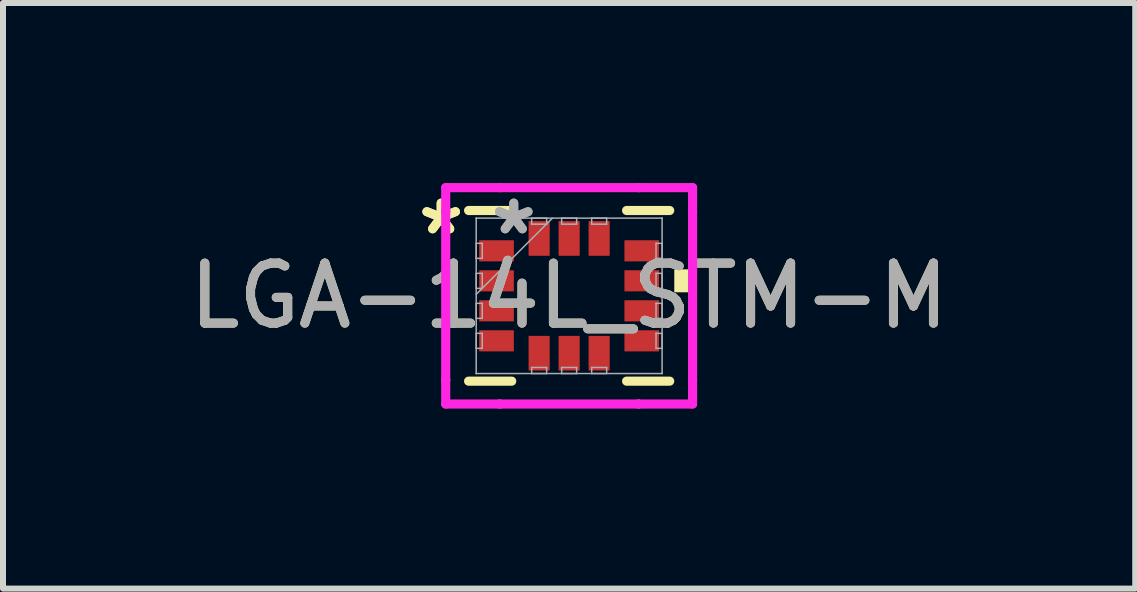
<source format=kicad_pcb>
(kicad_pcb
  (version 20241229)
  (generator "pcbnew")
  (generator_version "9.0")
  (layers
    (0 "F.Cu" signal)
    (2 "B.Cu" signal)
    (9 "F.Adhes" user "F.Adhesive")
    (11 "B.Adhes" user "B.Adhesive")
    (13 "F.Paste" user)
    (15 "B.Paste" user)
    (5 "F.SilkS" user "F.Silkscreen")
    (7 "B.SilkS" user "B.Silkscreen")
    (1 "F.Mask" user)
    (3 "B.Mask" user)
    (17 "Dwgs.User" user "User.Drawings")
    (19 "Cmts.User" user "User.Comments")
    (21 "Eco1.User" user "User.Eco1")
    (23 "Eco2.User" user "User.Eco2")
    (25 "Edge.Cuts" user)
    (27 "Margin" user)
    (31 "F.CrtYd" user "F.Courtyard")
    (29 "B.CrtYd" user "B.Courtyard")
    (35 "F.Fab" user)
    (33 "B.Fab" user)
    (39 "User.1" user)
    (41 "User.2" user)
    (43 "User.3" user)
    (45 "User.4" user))
  (footprint "LGA-14L_STM-M"
    (layer "F.Cu")
    (at 6.435 1.88)
    (property "Reference" "LGA-14L_STM-M" (at 0 0 0) (unlocked yes) (layer "F.SilkS") (effects (font (size 1 1) (thickness 0.15))))
    (attr smd)
    (fp_line (start -1.676 1.422) (end -0.957 1.422) (stroke (width 0.152) (type solid)) (layer "F.SilkS"))
    (fp_line (start -0.957 -1.422) (end -1.676 -1.422) (stroke (width 0.152) (type solid)) (layer "F.SilkS"))
    (fp_line (start 0.957 1.422) (end 1.676 1.422) (stroke (width 0.152) (type solid)) (layer "F.SilkS"))
    (fp_line (start 1.676 -1.422) (end 0.957 -1.422) (stroke (width 0.152) (type solid)) (layer "F.SilkS"))
    (fp_poly (pts (xy 2.006 -0.441) (xy 2.006 -0.059) (xy 1.752 -0.059) (xy 1.752 -0.441)) (stroke (width 0) (type solid)) (fill yes) (layer "F.SilkS"))
    (fp_line (start -2.057 -1.803) (end -1.158 -1.803) (stroke (width 0.152) (type solid)) (layer "F.CrtYd"))
    (fp_line (start -2.057 -1.408) (end -2.057 -1.803) (stroke (width 0.152) (type solid)) (layer "F.CrtYd"))
    (fp_line (start -2.057 -1.408) (end -2.057 -1.408) (stroke (width 0.152) (type solid)) (layer "F.CrtYd"))
    (fp_line (start -2.057 1.408) (end -2.057 -1.408) (stroke (width 0.152) (type solid)) (layer "F.CrtYd"))
    (fp_line (start -2.057 1.408) (end -2.057 1.408) (stroke (width 0.152) (type solid)) (layer "F.CrtYd"))
    (fp_line (start -2.057 1.803) (end -2.057 1.408) (stroke (width 0.152) (type solid)) (layer "F.CrtYd"))
    (fp_line (start -1.158 -1.803) (end -1.158 -1.803) (stroke (width 0.152) (type solid)) (layer "F.CrtYd"))
    (fp_line (start -1.158 -1.803) (end 1.158 -1.803) (stroke (width 0.152) (type solid)) (layer "F.CrtYd"))
    (fp_line (start -1.158 1.803) (end -2.057 1.803) (stroke (width 0.152) (type solid)) (layer "F.CrtYd"))
    (fp_line (start -1.158 1.803) (end -1.158 1.803) (stroke (width 0.152) (type solid)) (layer "F.CrtYd"))
    (fp_line (start 1.158 -1.803) (end 1.158 -1.803) (stroke (width 0.152) (type solid)) (layer "F.CrtYd"))
    (fp_line (start 1.158 -1.803) (end 2.057 -1.803) (stroke (width 0.152) (type solid)) (layer "F.CrtYd"))
    (fp_line (start 1.158 1.803) (end -1.158 1.803) (stroke (width 0.152) (type solid)) (layer "F.CrtYd"))
    (fp_line (start 1.158 1.803) (end 1.158 1.803) (stroke (width 0.152) (type solid)) (layer "F.CrtYd"))
    (fp_line (start 2.057 -1.803) (end 2.057 -1.408) (stroke (width 0.152) (type solid)) (layer "F.CrtYd"))
    (fp_line (start 2.057 -1.408) (end 2.057 -1.408) (stroke (width 0.152) (type solid)) (layer "F.CrtYd"))
    (fp_line (start 2.057 -1.408) (end 2.057 1.408) (stroke (width 0.152) (type solid)) (layer "F.CrtYd"))
    (fp_line (start 2.057 1.408) (end 2.057 1.408) (stroke (width 0.152) (type solid)) (layer "F.CrtYd"))
    (fp_line (start 2.057 1.408) (end 2.057 1.803) (stroke (width 0.152) (type solid)) (layer "F.CrtYd"))
    (fp_line (start 2.057 1.803) (end 1.158 1.803) (stroke (width 0.152) (type solid)) (layer "F.CrtYd"))
    (fp_line (start -1.549 -1.295) (end -1.549 -1.295) (stroke (width 0.025) (type solid)) (layer "F.Fab"))
    (fp_line (start -1.549 -1.295) (end -1.549 1.295) (stroke (width 0.025) (type solid)) (layer "F.Fab"))
    (fp_line (start -1.549 -0.875) (end -1.448 -0.875) (stroke (width 0.025) (type solid)) (layer "F.Fab"))
    (fp_line (start -1.549 -0.625) (end -1.549 -0.875) (stroke (width 0.025) (type solid)) (layer "F.Fab"))
    (fp_line (start -1.549 -0.375) (end -1.448 -0.375) (stroke (width 0.025) (type solid)) (layer "F.Fab"))
    (fp_line (start -1.549 -0.125) (end -1.549 -0.375) (stroke (width 0.025) (type solid)) (layer "F.Fab"))
    (fp_line (start -1.549 -0.025) (end -0.279 -1.295) (stroke (width 0.025) (type solid)) (layer "F.Fab"))
    (fp_line (start -1.549 0.125) (end -1.448 0.125) (stroke (width 0.025) (type solid)) (layer "F.Fab"))
    (fp_line (start -1.549 0.375) (end -1.549 0.125) (stroke (width 0.025) (type solid)) (layer "F.Fab"))
    (fp_line (start -1.549 0.625) (end -1.448 0.625) (stroke (width 0.025) (type solid)) (layer "F.Fab"))
    (fp_line (start -1.549 0.875) (end -1.549 0.625) (stroke (width 0.025) (type solid)) (layer "F.Fab"))
    (fp_line (start -1.549 1.295) (end -1.549 1.295) (stroke (width 0.025) (type solid)) (layer "F.Fab"))
    (fp_line (start -1.549 1.295) (end 1.549 1.295) (stroke (width 0.025) (type solid)) (layer "F.Fab"))
    (fp_line (start -1.448 -0.875) (end -1.448 -0.625) (stroke (width 0.025) (type solid)) (layer "F.Fab"))
    (fp_line (start -1.448 -0.625) (end -1.549 -0.625) (stroke (width 0.025) (type solid)) (layer "F.Fab"))
    (fp_line (start -1.448 -0.375) (end -1.448 -0.125) (stroke (width 0.025) (type solid)) (layer "F.Fab"))
    (fp_line (start -1.448 -0.125) (end -1.549 -0.125) (stroke (width 0.025) (type solid)) (layer "F.Fab"))
    (fp_line (start -1.448 0.125) (end -1.448 0.375) (stroke (width 0.025) (type solid)) (layer "F.Fab"))
    (fp_line (start -1.448 0.375) (end -1.549 0.375) (stroke (width 0.025) (type solid)) (layer "F.Fab"))
    (fp_line (start -1.448 0.625) (end -1.448 0.875) (stroke (width 0.025) (type solid)) (layer "F.Fab"))
    (fp_line (start -1.448 0.875) (end -1.549 0.875) (stroke (width 0.025) (type solid)) (layer "F.Fab"))
    (fp_line (start -0.625 -1.295) (end -0.375 -1.295) (stroke (width 0.025) (type solid)) (layer "F.Fab"))
    (fp_line (start -0.625 -1.194) (end -0.625 -1.295) (stroke (width 0.025) (type solid)) (layer "F.Fab"))
    (fp_line (start -0.625 1.194) (end -0.375 1.194) (stroke (width 0.025) (type solid)) (layer "F.Fab"))
    (fp_line (start -0.625 1.295) (end -0.625 1.194) (stroke (width 0.025) (type solid)) (layer "F.Fab"))
    (fp_line (start -0.375 -1.295) (end -0.375 -1.194) (stroke (width 0.025) (type solid)) (layer "F.Fab"))
    (fp_line (start -0.375 -1.194) (end -0.625 -1.194) (stroke (width 0.025) (type solid)) (layer "F.Fab"))
    (fp_line (start -0.375 1.194) (end -0.375 1.295) (stroke (width 0.025) (type solid)) (layer "F.Fab"))
    (fp_line (start -0.375 1.295) (end -0.625 1.295) (stroke (width 0.025) (type solid)) (layer "F.Fab"))
    (fp_line (start -0.125 -1.295) (end 0.125 -1.295) (stroke (width 0.025) (type solid)) (layer "F.Fab"))
    (fp_line (start -0.125 -1.194) (end -0.125 -1.295) (stroke (width 0.025) (type solid)) (layer "F.Fab"))
    (fp_line (start -0.125 1.194) (end 0.125 1.194) (stroke (width 0.025) (type solid)) (layer "F.Fab"))
    (fp_line (start -0.125 1.295) (end -0.125 1.194) (stroke (width 0.025) (type solid)) (layer "F.Fab"))
    (fp_line (start 0.125 -1.295) (end 0.125 -1.194) (stroke (width 0.025) (type solid)) (layer "F.Fab"))
    (fp_line (start 0.125 -1.194) (end -0.125 -1.194) (stroke (width 0.025) (type solid)) (layer "F.Fab"))
    (fp_line (start 0.125 1.194) (end 0.125 1.295) (stroke (width 0.025) (type solid)) (layer "F.Fab"))
    (fp_line (start 0.125 1.295) (end -0.125 1.295) (stroke (width 0.025) (type solid)) (layer "F.Fab"))
    (fp_line (start 0.375 -1.295) (end 0.625 -1.295) (stroke (width 0.025) (type solid)) (layer "F.Fab"))
    (fp_line (start 0.375 -1.194) (end 0.375 -1.295) (stroke (width 0.025) (type solid)) (layer "F.Fab"))
    (fp_line (start 0.375 1.194) (end 0.625 1.194) (stroke (width 0.025) (type solid)) (layer "F.Fab"))
    (fp_line (start 0.375 1.295) (end 0.375 1.194) (stroke (width 0.025) (type solid)) (layer "F.Fab"))
    (fp_line (start 0.625 -1.295) (end 0.625 -1.194) (stroke (width 0.025) (type solid)) (layer "F.Fab"))
    (fp_line (start 0.625 -1.194) (end 0.375 -1.194) (stroke (width 0.025) (type solid)) (layer "F.Fab"))
    (fp_line (start 0.625 1.194) (end 0.625 1.295) (stroke (width 0.025) (type solid)) (layer "F.Fab"))
    (fp_line (start 0.625 1.295) (end 0.375 1.295) (stroke (width 0.025) (type solid)) (layer "F.Fab"))
    (fp_line (start 1.448 -0.875) (end 1.549 -0.875) (stroke (width 0.025) (type solid)) (layer "F.Fab"))
    (fp_line (start 1.448 -0.625) (end 1.448 -0.875) (stroke (width 0.025) (type solid)) (layer "F.Fab"))
    (fp_line (start 1.448 -0.375) (end 1.549 -0.375) (stroke (width 0.025) (type solid)) (layer "F.Fab"))
    (fp_line (start 1.448 -0.125) (end 1.448 -0.375) (stroke (width 0.025) (type solid)) (layer "F.Fab"))
    (fp_line (start 1.448 0.125) (end 1.549 0.125) (stroke (width 0.025) (type solid)) (layer "F.Fab"))
    (fp_line (start 1.448 0.375) (end 1.448 0.125) (stroke (width 0.025) (type solid)) (layer "F.Fab"))
    (fp_line (start 1.448 0.625) (end 1.549 0.625) (stroke (width 0.025) (type solid)) (layer "F.Fab"))
    (fp_line (start 1.448 0.875) (end 1.448 0.625) (stroke (width 0.025) (type solid)) (layer "F.Fab"))
    (fp_line (start 1.549 -1.295) (end -1.549 -1.295) (stroke (width 0.025) (type solid)) (layer "F.Fab"))
    (fp_line (start 1.549 -1.295) (end 1.549 -1.295) (stroke (width 0.025) (type solid)) (layer "F.Fab"))
    (fp_line (start 1.549 -0.875) (end 1.549 -0.625) (stroke (width 0.025) (type solid)) (layer "F.Fab"))
    (fp_line (start 1.549 -0.625) (end 1.448 -0.625) (stroke (width 0.025) (type solid)) (layer "F.Fab"))
    (fp_line (start 1.549 -0.375) (end 1.549 -0.125) (stroke (width 0.025) (type solid)) (layer "F.Fab"))
    (fp_line (start 1.549 -0.125) (end 1.448 -0.125) (stroke (width 0.025) (type solid)) (layer "F.Fab"))
    (fp_line (start 1.549 0.125) (end 1.549 0.375) (stroke (width 0.025) (type solid)) (layer "F.Fab"))
    (fp_line (start 1.549 0.375) (end 1.448 0.375) (stroke (width 0.025) (type solid)) (layer "F.Fab"))
    (fp_line (start 1.549 0.625) (end 1.549 0.875) (stroke (width 0.025) (type solid)) (layer "F.Fab"))
    (fp_line (start 1.549 0.875) (end 1.448 0.875) (stroke (width 0.025) (type solid)) (layer "F.Fab"))
    (fp_line (start 1.549 1.295) (end 1.549 -1.295) (stroke (width 0.025) (type solid)) (layer "F.Fab"))
    (fp_line (start 1.549 1.295) (end 1.549 1.295) (stroke (width 0.025) (type solid)) (layer "F.Fab"))
    (fp_text user "*" (at -2.133 -1 0) (layer "F.SilkS") (effects (font (size 1 1) (thickness 0.15))))
    (fp_text user "*" (at -2.133 -1 0) (unlocked yes) (layer "F.SilkS") (effects (font (size 1 1) (thickness 0.15))))
    (fp_text user "${REFERENCE}" (at 0 0 0) (unlocked yes) (layer "F.Fab") (effects (font (size 1 1) (thickness 0.15))))
    (fp_text user "*" (at -0.923 -1 0) (unlocked yes) (layer "F.Fab") (effects (font (size 1 1) (thickness 0.15))))
    (fp_text user "*" (at -0.923 -1 0) (layer "F.Fab") (effects (font (size 1 1) (thickness 0.15))))
    (pad "1" smd rect (at -1.21 -0.75 90) (size 0.352 0.577) (layers "F.Cu" "F.Mask" "F.Paste"))
    (pad "2" smd rect (at -1.21 -0.25 90) (size 0.352 0.577) (layers "F.Cu" "F.Mask" "F.Paste"))
    (pad "3" smd rect (at -1.21 0.25 90) (size 0.352 0.577) (layers "F.Cu" "F.Mask" "F.Paste"))
    (pad "4" smd rect (at -1.21 0.75 90) (size 0.352 0.577) (layers "F.Cu" "F.Mask" "F.Paste"))
    (pad "5" smd rect (at -0.5 0.956) (size 0.352 0.577) (layers "F.Cu" "F.Mask" "F.Paste"))
    (pad "6" smd rect (at 0 0.956) (size 0.352 0.577) (layers "F.Cu" "F.Mask" "F.Paste"))
    (pad "7" smd rect (at 0.5 0.956) (size 0.352 0.577) (layers "F.Cu" "F.Mask" "F.Paste"))
    (pad "8" smd rect (at 1.21 0.75 90) (size 0.352 0.577) (layers "F.Cu" "F.Mask" "F.Paste"))
    (pad "9" smd rect (at 1.21 0.25 90) (size 0.352 0.577) (layers "F.Cu" "F.Mask" "F.Paste"))
    (pad "10" smd rect (at 1.21 -0.25 90) (size 0.352 0.577) (layers "F.Cu" "F.Mask" "F.Paste"))
    (pad "11" smd rect (at 1.21 -0.75 90) (size 0.352 0.577) (layers "F.Cu" "F.Mask" "F.Paste"))
    (pad "12" smd rect (at 0.5 -0.956) (size 0.352 0.577) (layers "F.Cu" "F.Mask" "F.Paste"))
    (pad "13" smd rect (at 0 -0.956) (size 0.352 0.577) (layers "F.Cu" "F.Mask" "F.Paste"))
    (pad "14" smd rect (at -0.5 -0.956) (size 0.352 0.577) (layers "F.Cu" "F.Mask" "F.Paste")))
  (gr_rect
    (start -3 -3)
    (end 15.869 6.759)
    (stroke (width 0.1) (type default))
    (fill no)
    (layer "Edge.Cuts")))
</source>
